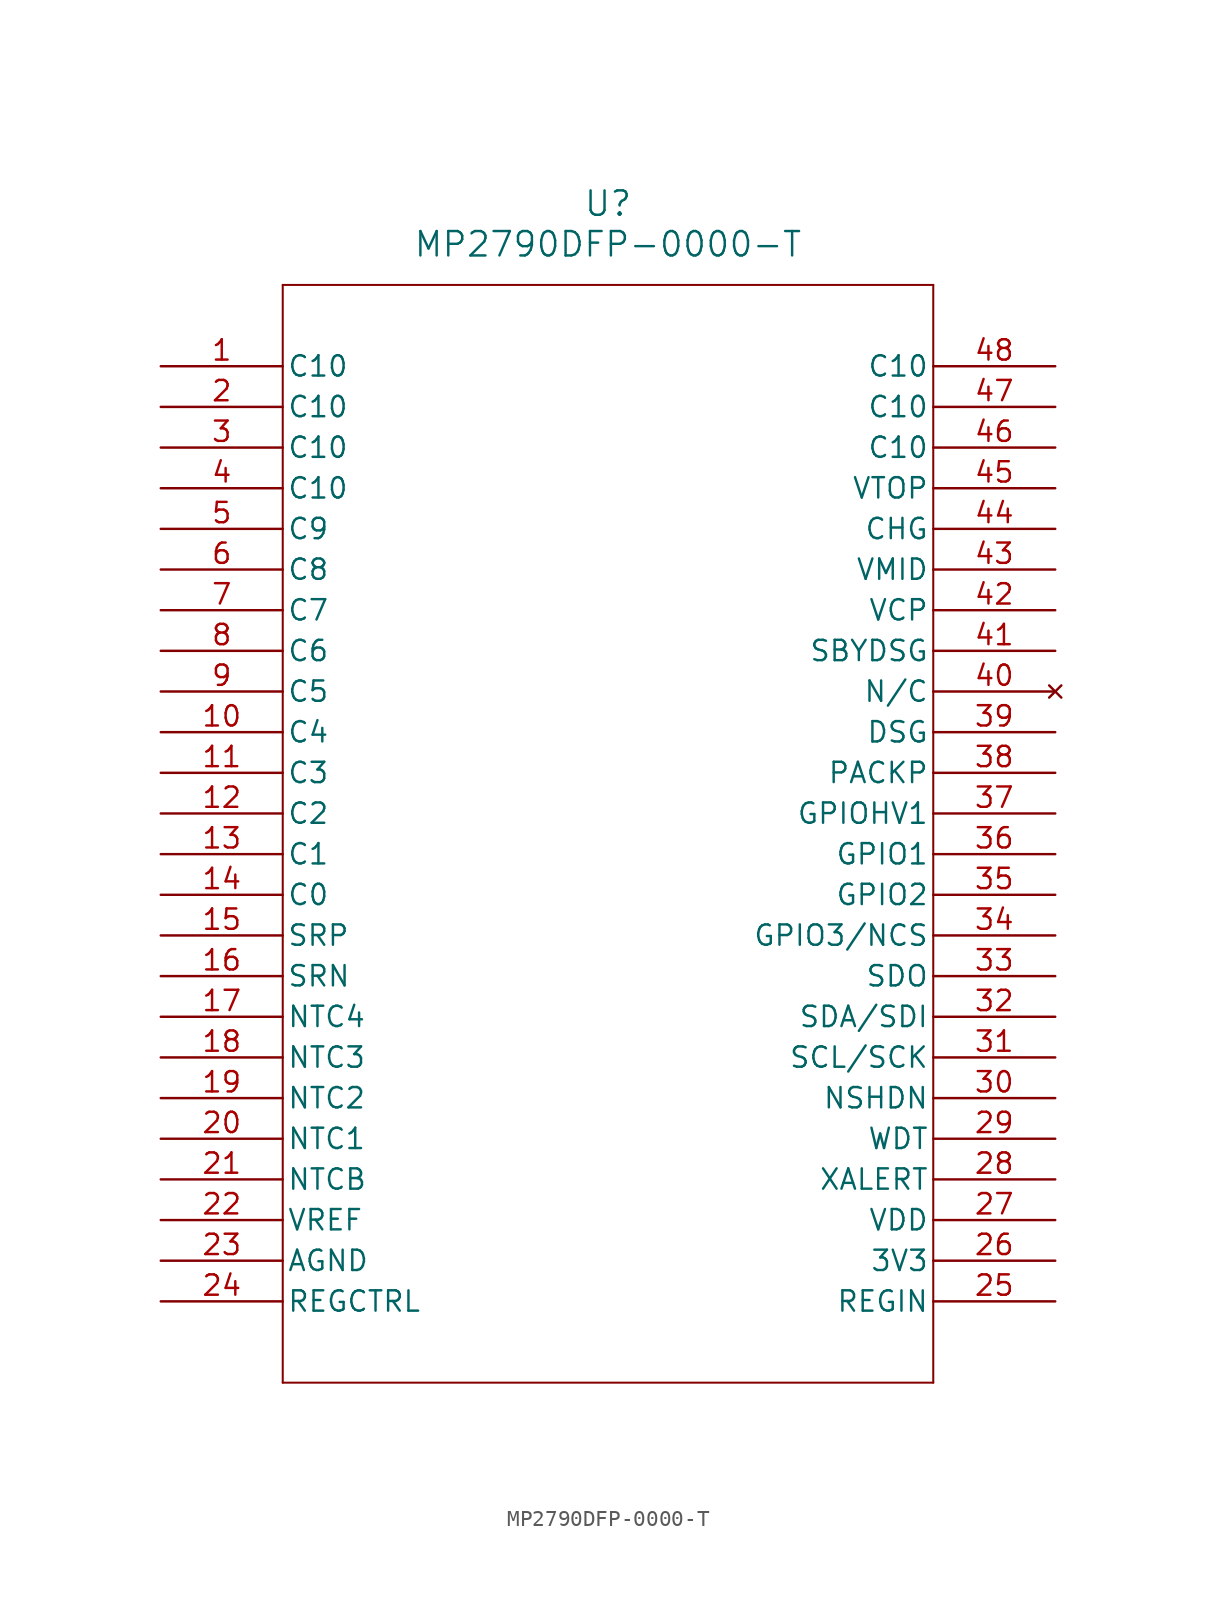
<source format=kicad_sym>
(kicad_symbol_lib
  (version 20241209)
  (generator "kicad_symbol_editor")
  (generator_version "9.0")
  (symbol "MP2790DFP-0000-T"
    (pin_names
      (offset 0.254))
    (property "Reference" "U"
      (at 27.94 10.16 0)
      (effects (font (size 1.524 1.524))))
    (property "Value" "MP2790DFP-0000-T"
      (at 27.94 7.62 0)
      (effects (font (size 1.524 1.524))))
    (property "ki_locked" ""
      (at 0 0 0)
      (effects (font (size 1.27 1.27))))
    (symbol "MP2790DFP-0000-T_0_1"
      (polyline (pts (xy 7.62 5.08) (xy 7.62 -63.5)) (stroke (width 0.127) (type default)) (fill (type none)))
      (polyline (pts (xy 7.62 -63.5) (xy 48.26 -63.5)) (stroke (width 0.127) (type default)) (fill (type none)))
      (polyline (pts (xy 48.26 5.08) (xy 7.62 5.08)) (stroke (width 0.127) (type default)) (fill (type none)))
      (polyline (pts (xy 48.26 -63.5) (xy 48.26 5.08)) (stroke (width 0.127) (type default)) (fill (type none)))
      (pin input line (at 0 0 0) (length 7.62) (name "C10" (effects (font (size 1.27 1.27)))) (number "1" (effects (font (size 1.27 1.27)))))
      (pin input line (at 0 -2.54 0) (length 7.62) (name "C10" (effects (font (size 1.27 1.27)))) (number "2" (effects (font (size 1.27 1.27)))))
      (pin input line (at 0 -5.08 0) (length 7.62) (name "C10" (effects (font (size 1.27 1.27)))) (number "3" (effects (font (size 1.27 1.27)))))
      (pin input line (at 0 -7.62 0) (length 7.62) (name "C10" (effects (font (size 1.27 1.27)))) (number "4" (effects (font (size 1.27 1.27)))))
      (pin input line (at 0 -10.16 0) (length 7.62) (name "C9" (effects (font (size 1.27 1.27)))) (number "5" (effects (font (size 1.27 1.27)))))
      (pin input line (at 0 -12.7 0) (length 7.62) (name "C8" (effects (font (size 1.27 1.27)))) (number "6" (effects (font (size 1.27 1.27)))))
      (pin input line (at 0 -15.24 0) (length 7.62) (name "C7" (effects (font (size 1.27 1.27)))) (number "7" (effects (font (size 1.27 1.27)))))
      (pin input line (at 0 -17.78 0) (length 7.62) (name "C6" (effects (font (size 1.27 1.27)))) (number "8" (effects (font (size 1.27 1.27)))))
      (pin input line (at 0 -20.32 0) (length 7.62) (name "C5" (effects (font (size 1.27 1.27)))) (number "9" (effects (font (size 1.27 1.27)))))
      (pin input line (at 0 -22.86 0) (length 7.62) (name "C4" (effects (font (size 1.27 1.27)))) (number "10" (effects (font (size 1.27 1.27)))))
      (pin input line (at 0 -25.4 0) (length 7.62) (name "C3" (effects (font (size 1.27 1.27)))) (number "11" (effects (font (size 1.27 1.27)))))
      (pin input line (at 0 -27.94 0) (length 7.62) (name "C2" (effects (font (size 1.27 1.27)))) (number "12" (effects (font (size 1.27 1.27)))))
      (pin input line (at 0 -30.48 0) (length 7.62) (name "C1" (effects (font (size 1.27 1.27)))) (number "13" (effects (font (size 1.27 1.27)))))
      (pin input line (at 0 -33.02 0) (length 7.62) (name "C0" (effects (font (size 1.27 1.27)))) (number "14" (effects (font (size 1.27 1.27)))))
      (pin input line (at 0 -35.56 0) (length 7.62) (name "SRP" (effects (font (size 1.27 1.27)))) (number "15" (effects (font (size 1.27 1.27)))))
      (pin input line (at 0 -38.1 0) (length 7.62) (name "SRN" (effects (font (size 1.27 1.27)))) (number "16" (effects (font (size 1.27 1.27)))))
      (pin input line (at 0 -40.64 0) (length 7.62) (name "NTC4" (effects (font (size 1.27 1.27)))) (number "17" (effects (font (size 1.27 1.27)))))
      (pin input line (at 0 -43.18 0) (length 7.62) (name "NTC3" (effects (font (size 1.27 1.27)))) (number "18" (effects (font (size 1.27 1.27)))))
      (pin input line (at 0 -45.72 0) (length 7.62) (name "NTC2" (effects (font (size 1.27 1.27)))) (number "19" (effects (font (size 1.27 1.27)))))
      (pin input line (at 0 -48.26 0) (length 7.62) (name "NTC1" (effects (font (size 1.27 1.27)))) (number "20" (effects (font (size 1.27 1.27)))))
      (pin output line (at 0 -50.8 0) (length 7.62) (name "NTCB" (effects (font (size 1.27 1.27)))) (number "21" (effects (font (size 1.27 1.27)))))
      (pin power_in line (at 0 -53.34 0) (length 7.62) (name "VREF" (effects (font (size 1.27 1.27)))) (number "22" (effects (font (size 1.27 1.27)))))
      (pin power_in line (at 55.88 -7.62 180) (length 7.62) (name "VTOP" (effects (font (size 1.27 1.27)))) (number "45" (effects (font (size 1.27 1.27)))))
      (pin output line (at 55.88 -10.16 180) (length 7.62) (name "CHG" (effects (font (size 1.27 1.27)))) (number "44" (effects (font (size 1.27 1.27)))))
      (pin power_in line (at 55.88 -12.7 180) (length 7.62) (name "VMID" (effects (font (size 1.27 1.27)))) (number "43" (effects (font (size 1.27 1.27)))))
      (pin power_in line (at 55.88 -15.24 180) (length 7.62) (name "VCP" (effects (font (size 1.27 1.27)))) (number "42" (effects (font (size 1.27 1.27)))))
      (pin output line (at 55.88 -17.78 180) (length 7.62) (name "SBYDSG" (effects (font (size 1.27 1.27)))) (number "41" (effects (font (size 1.27 1.27)))))
      (pin no_connect line (at 55.88 -20.32 180) (length 7.62) (name "N/C" (effects (font (size 1.27 1.27)))) (number "40" (effects (font (size 1.27 1.27)))))
      (pin output line (at 55.88 -22.86 180) (length 7.62) (name "DSG" (effects (font (size 1.27 1.27)))) (number "39" (effects (font (size 1.27 1.27)))))
      (pin bidirectional line (at 55.88 -25.4 180) (length 7.62) (name "PACKP" (effects (font (size 1.27 1.27)))) (number "38" (effects (font (size 1.27 1.27)))))
      (pin bidirectional line (at 55.88 -27.94 180) (length 7.62) (name "GPIOHV1" (effects (font (size 1.27 1.27)))) (number "37" (effects (font (size 1.27 1.27)))))
      (pin bidirectional line (at 55.88 -30.48 180) (length 7.62) (name "GPIO1" (effects (font (size 1.27 1.27)))) (number "36" (effects (font (size 1.27 1.27)))))
      (pin bidirectional line (at 55.88 -33.02 180) (length 7.62) (name "GPIO2" (effects (font (size 1.27 1.27)))) (number "35" (effects (font (size 1.27 1.27)))))
      (pin bidirectional line (at 55.88 -35.56 180) (length 7.62) (name "GPIO3/NCS" (effects (font (size 1.27 1.27)))) (number "34" (effects (font (size 1.27 1.27)))))
      (pin output line (at 55.88 -38.1 180) (length 7.62) (name "SDO" (effects (font (size 1.27 1.27)))) (number "33" (effects (font (size 1.27 1.27)))))
      (pin bidirectional line (at 55.88 -40.64 180) (length 7.62) (name "SDA/SDI" (effects (font (size 1.27 1.27)))) (number "32" (effects (font (size 1.27 1.27)))))
      (pin input line (at 55.88 -43.18 180) (length 7.62) (name "SCL/SCK" (effects (font (size 1.27 1.27)))) (number "31" (effects (font (size 1.27 1.27)))))
      (pin input line (at 55.88 -45.72 180) (length 7.62) (name "NSHDN" (effects (font (size 1.27 1.27)))) (number "30" (effects (font (size 1.27 1.27)))))
      (pin bidirectional line (at 55.88 -48.26 180) (length 7.62) (name "WDT" (effects (font (size 1.27 1.27)))) (number "29" (effects (font (size 1.27 1.27)))))
      (pin output line (at 55.88 -50.8 180) (length 7.62) (name "XALERT" (effects (font (size 1.27 1.27)))) (number "28" (effects (font (size 1.27 1.27)))))
      (pin power_in line (at 55.88 -53.34 180) (length 7.62) (name "VDD" (effects (font (size 1.27 1.27)))) (number "27" (effects (font (size 1.27 1.27)))))
      (pin power_in line (at 55.88 -55.88 180) (length 7.62) (name "3V3" (effects (font (size 1.27 1.27)))) (number "26" (effects (font (size 1.27 1.27))))))
    (symbol "MP2790DFP-0000-T_1_1"
      (pin passive line (at 0 -55.88 0) (length 7.62) (name "AGND" (effects (font (size 1.27 1.27)))) (number "23" (effects (font (size 1.27 1.27)))))
      (pin passive line (at 0 -58.42 0) (length 7.62) (name "REGCTRL" (effects (font (size 1.27 1.27)))) (number "24" (effects (font (size 1.27 1.27)))))
      (pin passive line (at 55.88 0 180) (length 7.62) (name "C10" (effects (font (size 1.27 1.27)))) (number "48" (effects (font (size 1.27 1.27)))))
      (pin passive line (at 55.88 -2.54 180) (length 7.62) (name "C10" (effects (font (size 1.27 1.27)))) (number "47" (effects (font (size 1.27 1.27)))))
      (pin passive line (at 55.88 -5.08 180) (length 7.62) (name "C10" (effects (font (size 1.27 1.27)))) (number "46" (effects (font (size 1.27 1.27)))))
      (pin passive line (at 55.88 -58.42 180) (length 7.62) (name "REGIN" (effects (font (size 1.27 1.27)))) (number "25" (effects (font (size 1.27 1.27))))))))
</source>
